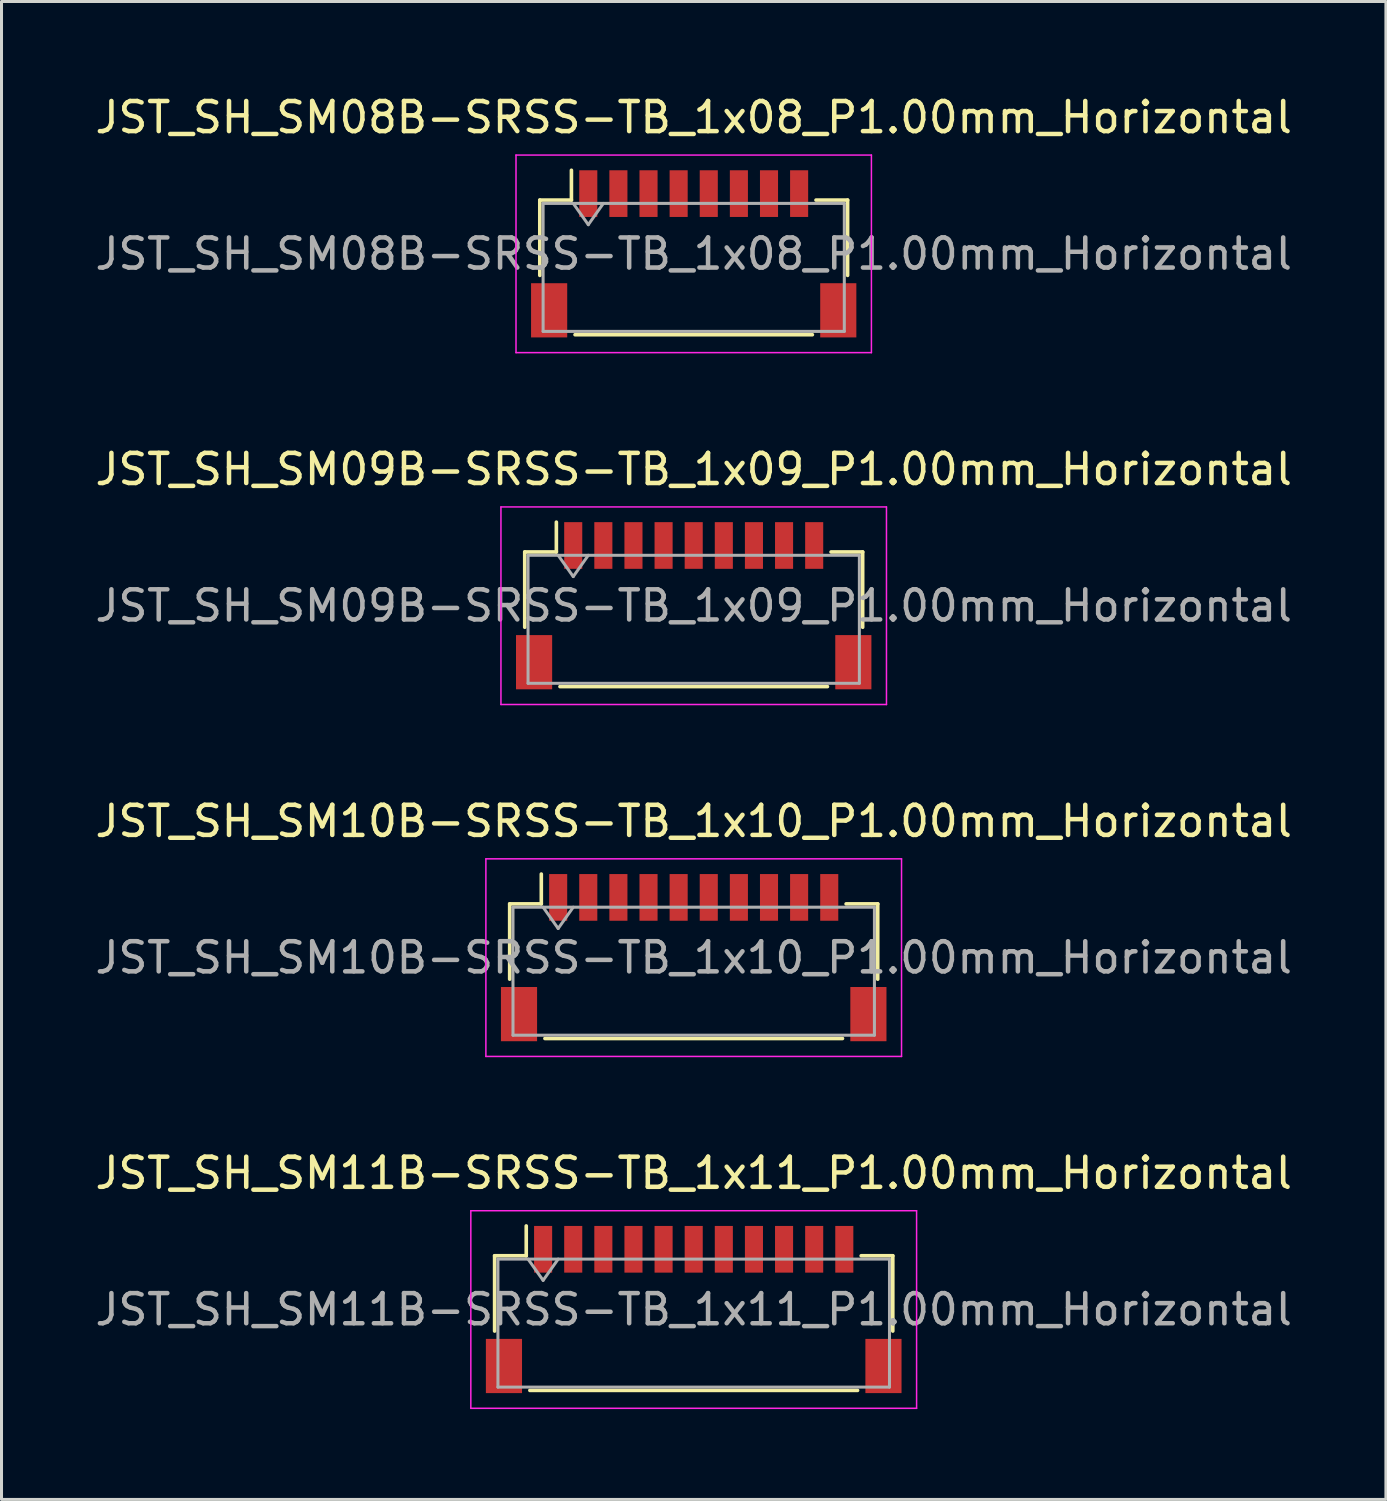
<source format=kicad_pcb>
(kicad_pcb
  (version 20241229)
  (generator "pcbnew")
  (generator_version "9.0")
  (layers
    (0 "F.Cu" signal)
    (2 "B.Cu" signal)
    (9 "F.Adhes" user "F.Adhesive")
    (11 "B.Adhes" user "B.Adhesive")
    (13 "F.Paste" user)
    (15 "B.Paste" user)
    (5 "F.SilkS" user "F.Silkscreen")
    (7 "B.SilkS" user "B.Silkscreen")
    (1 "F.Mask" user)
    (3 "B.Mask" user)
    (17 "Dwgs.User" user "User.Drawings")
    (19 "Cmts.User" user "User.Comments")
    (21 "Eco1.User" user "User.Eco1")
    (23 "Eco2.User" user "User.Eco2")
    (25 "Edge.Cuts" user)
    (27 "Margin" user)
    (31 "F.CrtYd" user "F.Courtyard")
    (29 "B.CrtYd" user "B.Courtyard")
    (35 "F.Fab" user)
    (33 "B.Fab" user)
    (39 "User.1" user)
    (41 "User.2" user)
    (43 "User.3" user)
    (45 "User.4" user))
  (footprint "JST_SH_SM11B-SRSS-TB_1x11_P1.00mm_Horizontal"
    (layer "F.Cu")
    (at 19.982 40.428)
    (property "Reference" "JST_SH_SM11B-SRSS-TB_1x11_P1.00mm_Horizontal" (at 0 -4.53 0) (layer "F.SilkS") (effects (font (size 1 1) (thickness 0.15))))
    (attr smd)
    (fp_line (start -6.61 -1.785) (end -5.56 -1.785) (stroke (width 0.12) (type solid)) (layer "F.SilkS"))
    (fp_line (start -6.61 0.715) (end -6.61 -1.785) (stroke (width 0.12) (type solid)) (layer "F.SilkS"))
    (fp_line (start -5.56 -1.785) (end -5.56 -2.775) (stroke (width 0.12) (type solid)) (layer "F.SilkS"))
    (fp_line (start -5.44 2.685) (end 5.44 2.685) (stroke (width 0.12) (type solid)) (layer "F.SilkS"))
    (fp_line (start 6.61 -1.785) (end 5.56 -1.785) (stroke (width 0.12) (type solid)) (layer "F.SilkS"))
    (fp_line (start 6.61 0.715) (end 6.61 -1.785) (stroke (width 0.12) (type solid)) (layer "F.SilkS"))
    (fp_line (start -7.4 -3.28) (end -7.4 3.28) (stroke (width 0.05) (type solid)) (layer "F.CrtYd"))
    (fp_line (start -7.4 3.28) (end 7.4 3.28) (stroke (width 0.05) (type solid)) (layer "F.CrtYd"))
    (fp_line (start 7.4 -3.28) (end -7.4 -3.28) (stroke (width 0.05) (type solid)) (layer "F.CrtYd"))
    (fp_line (start 7.4 3.28) (end 7.4 -3.28) (stroke (width 0.05) (type solid)) (layer "F.CrtYd"))
    (fp_line (start -6.5 -1.675) (end -6.5 2.575) (stroke (width 0.1) (type solid)) (layer "F.Fab"))
    (fp_line (start -6.5 -1.675) (end 6.5 -1.675) (stroke (width 0.1) (type solid)) (layer "F.Fab"))
    (fp_line (start -6.5 2.575) (end 6.5 2.575) (stroke (width 0.1) (type solid)) (layer "F.Fab"))
    (fp_line (start -5.5 -1.675) (end -5 -0.968) (stroke (width 0.1) (type solid)) (layer "F.Fab"))
    (fp_line (start -5 -0.968) (end -4.5 -1.675) (stroke (width 0.1) (type solid)) (layer "F.Fab"))
    (fp_line (start 6.5 -1.675) (end 6.5 2.575) (stroke (width 0.1) (type solid)) (layer "F.Fab"))
    (fp_text user "${REFERENCE}" (at 0 0 0) (layer "F.Fab") (effects (font (size 1 1) (thickness 0.15))))
    (pad "" smd rect (at -6.3 1.875) (size 1.2 1.8) (layers "F.Cu" "F.Mask" "F.Paste"))
    (pad "" smd rect (at 6.3 1.875) (size 1.2 1.8) (layers "F.Cu" "F.Mask" "F.Paste"))
    (pad "1" smd rect (at -5 -2) (size 0.6 1.55) (layers "F.Cu" "F.Mask" "F.Paste"))
    (pad "2" smd rect (at -4 -2) (size 0.6 1.55) (layers "F.Cu" "F.Mask" "F.Paste"))
    (pad "3" smd rect (at -3 -2) (size 0.6 1.55) (layers "F.Cu" "F.Mask" "F.Paste"))
    (pad "4" smd rect (at -2 -2) (size 0.6 1.55) (layers "F.Cu" "F.Mask" "F.Paste"))
    (pad "5" smd rect (at -1 -2) (size 0.6 1.55) (layers "F.Cu" "F.Mask" "F.Paste"))
    (pad "6" smd rect (at 0 -2) (size 0.6 1.55) (layers "F.Cu" "F.Mask" "F.Paste"))
    (pad "7" smd rect (at 1 -2) (size 0.6 1.55) (layers "F.Cu" "F.Mask" "F.Paste"))
    (pad "8" smd rect (at 2 -2) (size 0.6 1.55) (layers "F.Cu" "F.Mask" "F.Paste"))
    (pad "9" smd rect (at 3 -2) (size 0.6 1.55) (layers "F.Cu" "F.Mask" "F.Paste"))
    (pad "10" smd rect (at 4 -2) (size 0.6 1.55) (layers "F.Cu" "F.Mask" "F.Paste"))
    (pad "11" smd rect (at 5 -2) (size 0.6 1.55) (layers "F.Cu" "F.Mask" "F.Paste")))
  (footprint "JST_SH_SM09B-SRSS-TB_1x09_P1.00mm_Horizontal"
    (layer "F.Cu")
    (at 19.982 17.061)
    (property "Reference" "JST_SH_SM09B-SRSS-TB_1x09_P1.00mm_Horizontal" (at 0 -4.53 0) (layer "F.SilkS") (effects (font (size 1 1) (thickness 0.15))))
    (attr smd)
    (fp_line (start -5.61 -1.785) (end -4.56 -1.785) (stroke (width 0.12) (type solid)) (layer "F.SilkS"))
    (fp_line (start -5.61 0.715) (end -5.61 -1.785) (stroke (width 0.12) (type solid)) (layer "F.SilkS"))
    (fp_line (start -4.56 -1.785) (end -4.56 -2.775) (stroke (width 0.12) (type solid)) (layer "F.SilkS"))
    (fp_line (start -4.44 2.685) (end 4.44 2.685) (stroke (width 0.12) (type solid)) (layer "F.SilkS"))
    (fp_line (start 5.61 -1.785) (end 4.56 -1.785) (stroke (width 0.12) (type solid)) (layer "F.SilkS"))
    (fp_line (start 5.61 0.715) (end 5.61 -1.785) (stroke (width 0.12) (type solid)) (layer "F.SilkS"))
    (fp_line (start -6.4 -3.28) (end -6.4 3.28) (stroke (width 0.05) (type solid)) (layer "F.CrtYd"))
    (fp_line (start -6.4 3.28) (end 6.4 3.28) (stroke (width 0.05) (type solid)) (layer "F.CrtYd"))
    (fp_line (start 6.4 -3.28) (end -6.4 -3.28) (stroke (width 0.05) (type solid)) (layer "F.CrtYd"))
    (fp_line (start 6.4 3.28) (end 6.4 -3.28) (stroke (width 0.05) (type solid)) (layer "F.CrtYd"))
    (fp_line (start -5.5 -1.675) (end -5.5 2.575) (stroke (width 0.1) (type solid)) (layer "F.Fab"))
    (fp_line (start -5.5 -1.675) (end 5.5 -1.675) (stroke (width 0.1) (type solid)) (layer "F.Fab"))
    (fp_line (start -5.5 2.575) (end 5.5 2.575) (stroke (width 0.1) (type solid)) (layer "F.Fab"))
    (fp_line (start -4.5 -1.675) (end -4 -0.968) (stroke (width 0.1) (type solid)) (layer "F.Fab"))
    (fp_line (start -4 -0.968) (end -3.5 -1.675) (stroke (width 0.1) (type solid)) (layer "F.Fab"))
    (fp_line (start 5.5 -1.675) (end 5.5 2.575) (stroke (width 0.1) (type solid)) (layer "F.Fab"))
    (fp_text user "${REFERENCE}" (at 0 0 0) (layer "F.Fab") (effects (font (size 1 1) (thickness 0.15))))
    (pad "" smd rect (at -5.3 1.875) (size 1.2 1.8) (layers "F.Cu" "F.Mask" "F.Paste"))
    (pad "" smd rect (at 5.3 1.875) (size 1.2 1.8) (layers "F.Cu" "F.Mask" "F.Paste"))
    (pad "1" smd rect (at -4 -2) (size 0.6 1.55) (layers "F.Cu" "F.Mask" "F.Paste"))
    (pad "2" smd rect (at -3 -2) (size 0.6 1.55) (layers "F.Cu" "F.Mask" "F.Paste"))
    (pad "3" smd rect (at -2 -2) (size 0.6 1.55) (layers "F.Cu" "F.Mask" "F.Paste"))
    (pad "4" smd rect (at -1 -2) (size 0.6 1.55) (layers "F.Cu" "F.Mask" "F.Paste"))
    (pad "5" smd rect (at 0 -2) (size 0.6 1.55) (layers "F.Cu" "F.Mask" "F.Paste"))
    (pad "6" smd rect (at 1 -2) (size 0.6 1.55) (layers "F.Cu" "F.Mask" "F.Paste"))
    (pad "7" smd rect (at 2 -2) (size 0.6 1.55) (layers "F.Cu" "F.Mask" "F.Paste"))
    (pad "8" smd rect (at 3 -2) (size 0.6 1.55) (layers "F.Cu" "F.Mask" "F.Paste"))
    (pad "9" smd rect (at 4 -2) (size 0.6 1.55) (layers "F.Cu" "F.Mask" "F.Paste")))
  (footprint "JST_SH_SM10B-SRSS-TB_1x10_P1.00mm_Horizontal"
    (layer "F.Cu")
    (at 19.982 28.745)
    (property "Reference" "JST_SH_SM10B-SRSS-TB_1x10_P1.00mm_Horizontal" (at 0 -4.53 0) (layer "F.SilkS") (effects (font (size 1 1) (thickness 0.15))))
    (attr smd)
    (fp_line (start -6.11 -1.785) (end -5.06 -1.785) (stroke (width 0.12) (type solid)) (layer "F.SilkS"))
    (fp_line (start -6.11 0.715) (end -6.11 -1.785) (stroke (width 0.12) (type solid)) (layer "F.SilkS"))
    (fp_line (start -5.06 -1.785) (end -5.06 -2.775) (stroke (width 0.12) (type solid)) (layer "F.SilkS"))
    (fp_line (start -4.94 2.685) (end 4.94 2.685) (stroke (width 0.12) (type solid)) (layer "F.SilkS"))
    (fp_line (start 6.11 -1.785) (end 5.06 -1.785) (stroke (width 0.12) (type solid)) (layer "F.SilkS"))
    (fp_line (start 6.11 0.715) (end 6.11 -1.785) (stroke (width 0.12) (type solid)) (layer "F.SilkS"))
    (fp_line (start -6.9 -3.28) (end -6.9 3.28) (stroke (width 0.05) (type solid)) (layer "F.CrtYd"))
    (fp_line (start -6.9 3.28) (end 6.9 3.28) (stroke (width 0.05) (type solid)) (layer "F.CrtYd"))
    (fp_line (start 6.9 -3.28) (end -6.9 -3.28) (stroke (width 0.05) (type solid)) (layer "F.CrtYd"))
    (fp_line (start 6.9 3.28) (end 6.9 -3.28) (stroke (width 0.05) (type solid)) (layer "F.CrtYd"))
    (fp_line (start -6 -1.675) (end -6 2.575) (stroke (width 0.1) (type solid)) (layer "F.Fab"))
    (fp_line (start -6 -1.675) (end 6 -1.675) (stroke (width 0.1) (type solid)) (layer "F.Fab"))
    (fp_line (start -6 2.575) (end 6 2.575) (stroke (width 0.1) (type solid)) (layer "F.Fab"))
    (fp_line (start -5 -1.675) (end -4.5 -0.968) (stroke (width 0.1) (type solid)) (layer "F.Fab"))
    (fp_line (start -4.5 -0.968) (end -4 -1.675) (stroke (width 0.1) (type solid)) (layer "F.Fab"))
    (fp_line (start 6 -1.675) (end 6 2.575) (stroke (width 0.1) (type solid)) (layer "F.Fab"))
    (fp_text user "${REFERENCE}" (at 0 0 0) (layer "F.Fab") (effects (font (size 1 1) (thickness 0.15))))
    (pad "" smd rect (at -5.8 1.875) (size 1.2 1.8) (layers "F.Cu" "F.Mask" "F.Paste"))
    (pad "" smd rect (at 5.8 1.875) (size 1.2 1.8) (layers "F.Cu" "F.Mask" "F.Paste"))
    (pad "1" smd rect (at -4.5 -2) (size 0.6 1.55) (layers "F.Cu" "F.Mask" "F.Paste"))
    (pad "2" smd rect (at -3.5 -2) (size 0.6 1.55) (layers "F.Cu" "F.Mask" "F.Paste"))
    (pad "3" smd rect (at -2.5 -2) (size 0.6 1.55) (layers "F.Cu" "F.Mask" "F.Paste"))
    (pad "4" smd rect (at -1.5 -2) (size 0.6 1.55) (layers "F.Cu" "F.Mask" "F.Paste"))
    (pad "5" smd rect (at -0.5 -2) (size 0.6 1.55) (layers "F.Cu" "F.Mask" "F.Paste"))
    (pad "6" smd rect (at 0.5 -2) (size 0.6 1.55) (layers "F.Cu" "F.Mask" "F.Paste"))
    (pad "7" smd rect (at 1.5 -2) (size 0.6 1.55) (layers "F.Cu" "F.Mask" "F.Paste"))
    (pad "8" smd rect (at 2.5 -2) (size 0.6 1.55) (layers "F.Cu" "F.Mask" "F.Paste"))
    (pad "9" smd rect (at 3.5 -2) (size 0.6 1.55) (layers "F.Cu" "F.Mask" "F.Paste"))
    (pad "10" smd rect (at 4.5 -2) (size 0.6 1.55) (layers "F.Cu" "F.Mask" "F.Paste")))
  (footprint "JST_SH_SM08B-SRSS-TB_1x08_P1.00mm_Horizontal"
    (layer "F.Cu")
    (at 19.982 5.378)
    (property "Reference" "JST_SH_SM08B-SRSS-TB_1x08_P1.00mm_Horizontal" (at 0 -4.53 0) (layer "F.SilkS") (effects (font (size 1 1) (thickness 0.15))))
    (attr smd)
    (fp_line (start -5.11 -1.785) (end -4.06 -1.785) (stroke (width 0.12) (type solid)) (layer "F.SilkS"))
    (fp_line (start -5.11 0.715) (end -5.11 -1.785) (stroke (width 0.12) (type solid)) (layer "F.SilkS"))
    (fp_line (start -4.06 -1.785) (end -4.06 -2.775) (stroke (width 0.12) (type solid)) (layer "F.SilkS"))
    (fp_line (start -3.94 2.685) (end 3.94 2.685) (stroke (width 0.12) (type solid)) (layer "F.SilkS"))
    (fp_line (start 5.11 -1.785) (end 4.06 -1.785) (stroke (width 0.12) (type solid)) (layer "F.SilkS"))
    (fp_line (start 5.11 0.715) (end 5.11 -1.785) (stroke (width 0.12) (type solid)) (layer "F.SilkS"))
    (fp_line (start -5.9 -3.28) (end -5.9 3.28) (stroke (width 0.05) (type solid)) (layer "F.CrtYd"))
    (fp_line (start -5.9 3.28) (end 5.9 3.28) (stroke (width 0.05) (type solid)) (layer "F.CrtYd"))
    (fp_line (start 5.9 -3.28) (end -5.9 -3.28) (stroke (width 0.05) (type solid)) (layer "F.CrtYd"))
    (fp_line (start 5.9 3.28) (end 5.9 -3.28) (stroke (width 0.05) (type solid)) (layer "F.CrtYd"))
    (fp_line (start -5 -1.675) (end -5 2.575) (stroke (width 0.1) (type solid)) (layer "F.Fab"))
    (fp_line (start -5 -1.675) (end 5 -1.675) (stroke (width 0.1) (type solid)) (layer "F.Fab"))
    (fp_line (start -5 2.575) (end 5 2.575) (stroke (width 0.1) (type solid)) (layer "F.Fab"))
    (fp_line (start -4 -1.675) (end -3.5 -0.968) (stroke (width 0.1) (type solid)) (layer "F.Fab"))
    (fp_line (start -3.5 -0.968) (end -3 -1.675) (stroke (width 0.1) (type solid)) (layer "F.Fab"))
    (fp_line (start 5 -1.675) (end 5 2.575) (stroke (width 0.1) (type solid)) (layer "F.Fab"))
    (fp_text user "${REFERENCE}" (at 0 0 0) (layer "F.Fab") (effects (font (size 1 1) (thickness 0.15))))
    (pad "" smd rect (at -4.8 1.875) (size 1.2 1.8) (layers "F.Cu" "F.Mask" "F.Paste"))
    (pad "" smd rect (at 4.8 1.875) (size 1.2 1.8) (layers "F.Cu" "F.Mask" "F.Paste"))
    (pad "1" smd rect (at -3.5 -2) (size 0.6 1.55) (layers "F.Cu" "F.Mask" "F.Paste"))
    (pad "2" smd rect (at -2.5 -2) (size 0.6 1.55) (layers "F.Cu" "F.Mask" "F.Paste"))
    (pad "3" smd rect (at -1.5 -2) (size 0.6 1.55) (layers "F.Cu" "F.Mask" "F.Paste"))
    (pad "4" smd rect (at -0.5 -2) (size 0.6 1.55) (layers "F.Cu" "F.Mask" "F.Paste"))
    (pad "5" smd rect (at 0.5 -2) (size 0.6 1.55) (layers "F.Cu" "F.Mask" "F.Paste"))
    (pad "6" smd rect (at 1.5 -2) (size 0.6 1.55) (layers "F.Cu" "F.Mask" "F.Paste"))
    (pad "7" smd rect (at 2.5 -2) (size 0.6 1.55) (layers "F.Cu" "F.Mask" "F.Paste"))
    (pad "8" smd rect (at 3.5 -2) (size 0.6 1.55) (layers "F.Cu" "F.Mask" "F.Paste")))
  (gr_rect
    (start -3 -3)
    (end 42.964 46.733)
    (stroke (width 0.1) (type default))
    (fill no)
    (layer "Edge.Cuts")))
</source>
